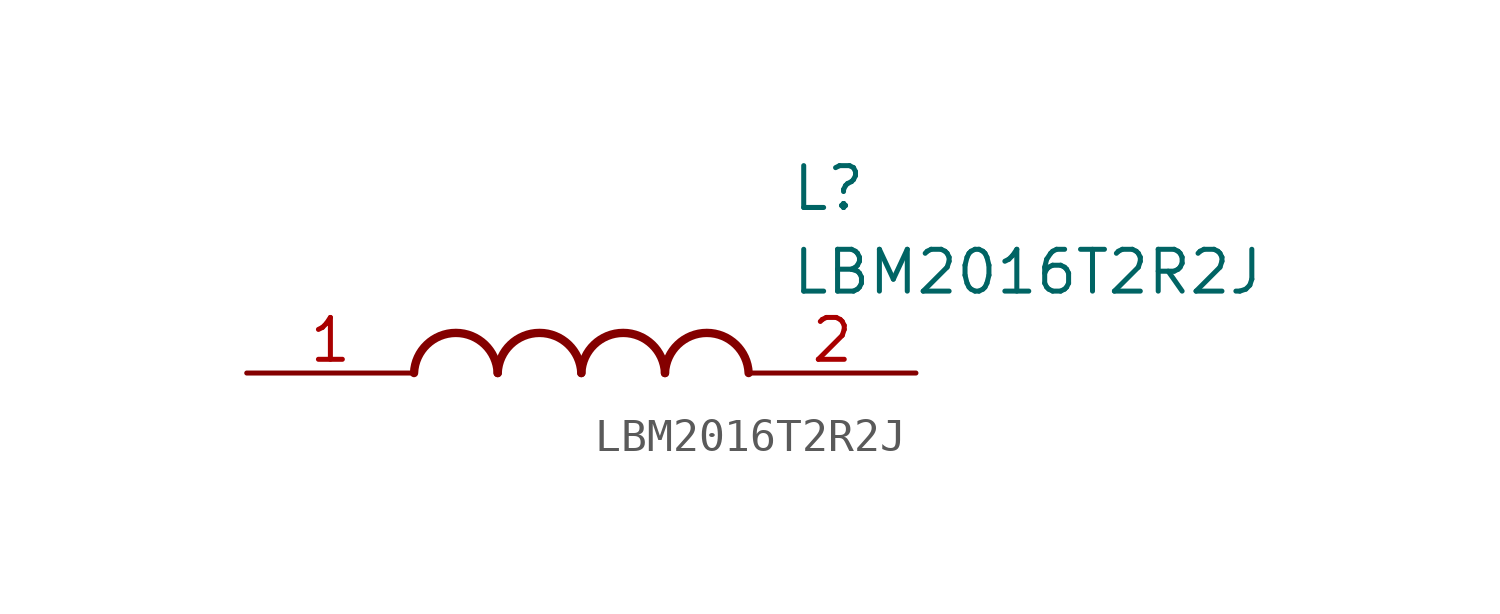
<source format=kicad_sym>
(kicad_symbol_lib
  (version 20211014)
  (generator SamacSys_ECAD_Model)
  (symbol "LBM2016T2R2J"
    (pin_names hide)
    (property "Reference" "L"
      (at 16.51 6.35 0)
      (effects (font (size 1.27 1.27)) (justify left top)))
    (property "Value" "LBM2016T2R2J"
      (at 16.51 3.81 0)
      (effects (font (size 1.27 1.27)) (justify left top)))
    (arc
      (start 7.62 0)
      (mid 6.35 1.219)
      (end 5.08 0)
      (stroke (width 0.254) (type default))
      (fill (type none)))
    (arc
      (start 10.16 0)
      (mid 8.89 1.219)
      (end 7.62 0)
      (stroke (width 0.254) (type default))
      (fill (type none)))
    (arc
      (start 12.7 0)
      (mid 11.43 1.219)
      (end 10.16 0)
      (stroke (width 0.254) (type default))
      (fill (type none)))
    (arc
      (start 15.24 0)
      (mid 13.97 1.219)
      (end 12.7 0)
      (stroke (width 0.254) (type default))
      (fill (type none)))
    (pin passive line
      (at 0 0 0)
      (length 5.08)
      (name "1" (effects (font (size 1.27 1.27))))
      (number "1" (effects (font (size 1.27 1.27)))))
    (pin passive line
      (at 20.32 0 180)
      (length 5.08)
      (name "2" (effects (font (size 1.27 1.27))))
      (number "2" (effects (font (size 1.27 1.27)))))))
</source>
